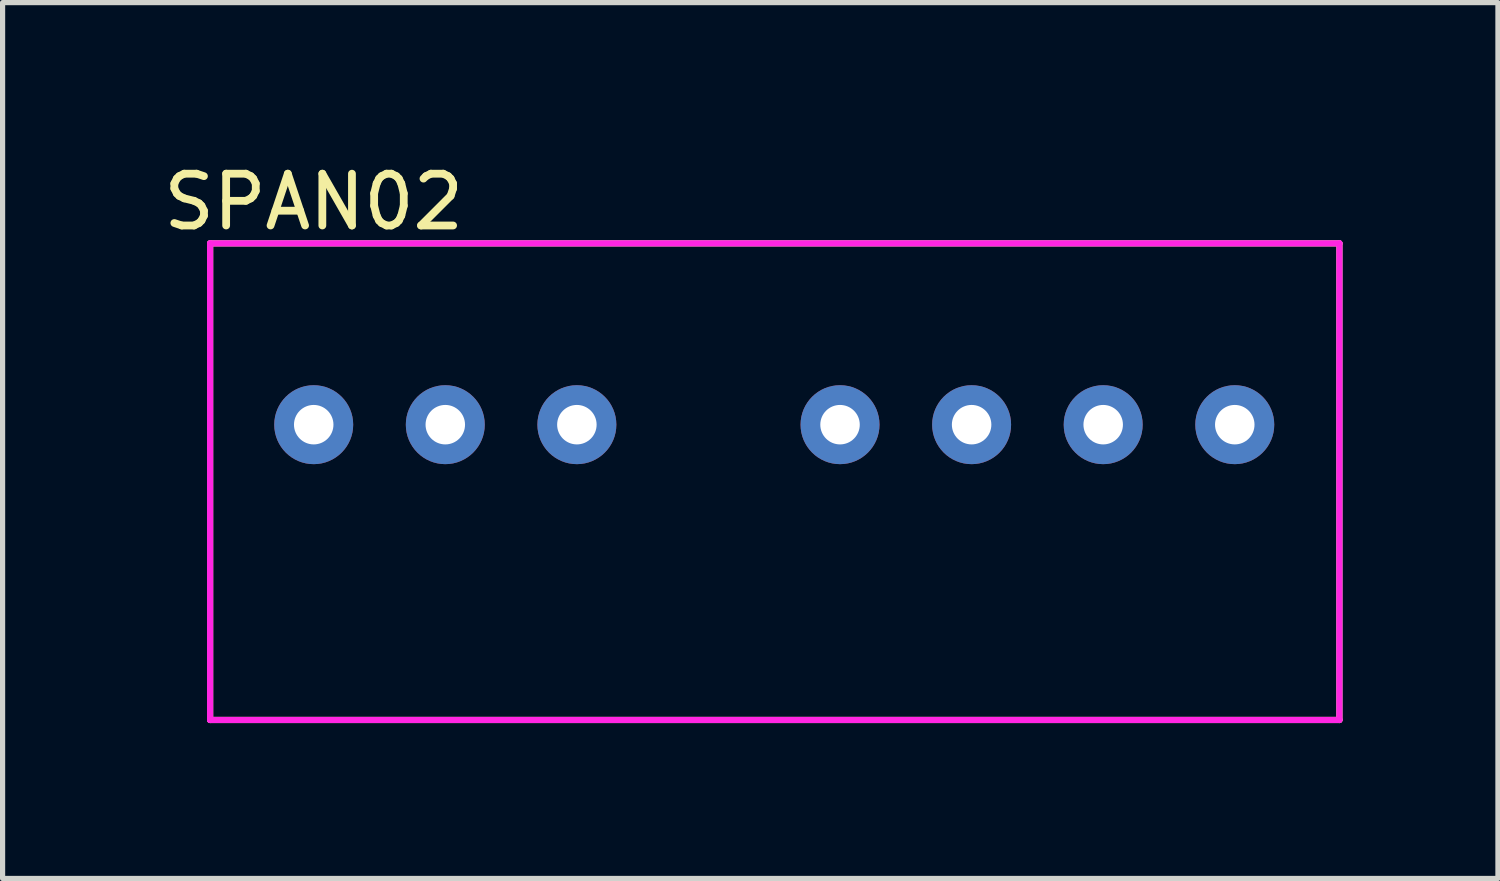
<source format=kicad_pcb>
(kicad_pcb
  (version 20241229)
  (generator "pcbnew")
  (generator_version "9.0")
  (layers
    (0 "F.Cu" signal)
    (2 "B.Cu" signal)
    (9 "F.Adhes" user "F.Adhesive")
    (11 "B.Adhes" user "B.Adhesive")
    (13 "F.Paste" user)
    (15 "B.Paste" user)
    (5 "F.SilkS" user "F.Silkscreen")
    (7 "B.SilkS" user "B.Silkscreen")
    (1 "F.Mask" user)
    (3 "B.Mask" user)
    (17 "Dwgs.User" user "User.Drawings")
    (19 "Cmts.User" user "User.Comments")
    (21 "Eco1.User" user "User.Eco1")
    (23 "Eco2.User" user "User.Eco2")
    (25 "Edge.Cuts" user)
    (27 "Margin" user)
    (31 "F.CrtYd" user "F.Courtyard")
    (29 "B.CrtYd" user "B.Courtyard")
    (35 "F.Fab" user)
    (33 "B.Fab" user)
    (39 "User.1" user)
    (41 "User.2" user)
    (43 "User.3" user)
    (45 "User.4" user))
  (footprint "SPAN02"
    (layer "F.Cu")
    (at 3.006 5.148)
    (property "Reference" "SPAN02" (at 0 -4.3 0) (layer "F.SilkS") (effects (font (size 1 1) (thickness 0.15))))
    (attr through_hole)
    (fp_line (start -2 -3.5) (end 19.8 -3.5) (stroke (width 0.12) (type solid)) (layer "F.SilkS"))
    (fp_line (start -2 5.7) (end -2 -3.5) (stroke (width 0.12) (type solid)) (layer "F.SilkS"))
    (fp_line (start -2 5.7) (end 19.8 5.7) (stroke (width 0.12) (type solid)) (layer "F.SilkS"))
    (fp_line (start 19.8 -3.5) (end 19.8 5.7) (stroke (width 0.12) (type solid)) (layer "F.SilkS"))
    (fp_line (start -2 -3.5) (end 19.8 -3.5) (stroke (width 0.12) (type solid)) (layer "F.CrtYd"))
    (fp_line (start -2 5.7) (end -2 -3.5) (stroke (width 0.12) (type solid)) (layer "F.CrtYd"))
    (fp_line (start 19.8 -3.5) (end 19.8 5.7) (stroke (width 0.12) (type solid)) (layer "F.CrtYd"))
    (fp_line (start 19.8 5.7) (end -2 5.7) (stroke (width 0.12) (type solid)) (layer "F.CrtYd"))
    (pad "1" thru_hole circle (at 0 0) (size 1.524 1.524) (drill 0.762) (layers "*.Cu" "*.Mask"))
    (pad "2" thru_hole circle (at 2.54 0) (size 1.524 1.524) (drill 0.762) (layers "*.Cu" "*.Mask"))
    (pad "3" thru_hole circle (at 5.08 0) (size 1.524 1.524) (drill 0.762) (layers "*.Cu" "*.Mask"))
    (pad "5" thru_hole circle (at 10.16 0) (size 1.524 1.524) (drill 0.762) (layers "*.Cu" "*.Mask"))
    (pad "6" thru_hole circle (at 12.7 0) (size 1.524 1.524) (drill 0.762) (layers "*.Cu" "*.Mask"))
    (pad "7" thru_hole circle (at 15.24 0) (size 1.524 1.524) (drill 0.762) (layers "*.Cu" "*.Mask"))
    (pad "8" thru_hole circle (at 17.78 0) (size 1.524 1.524) (drill 0.762) (layers "*.Cu" "*.Mask")))
  (gr_rect
    (start -3 -3)
    (end 25.866 13.908)
    (stroke (width 0.1) (type default))
    (fill no)
    (layer "Edge.Cuts")))
</source>
